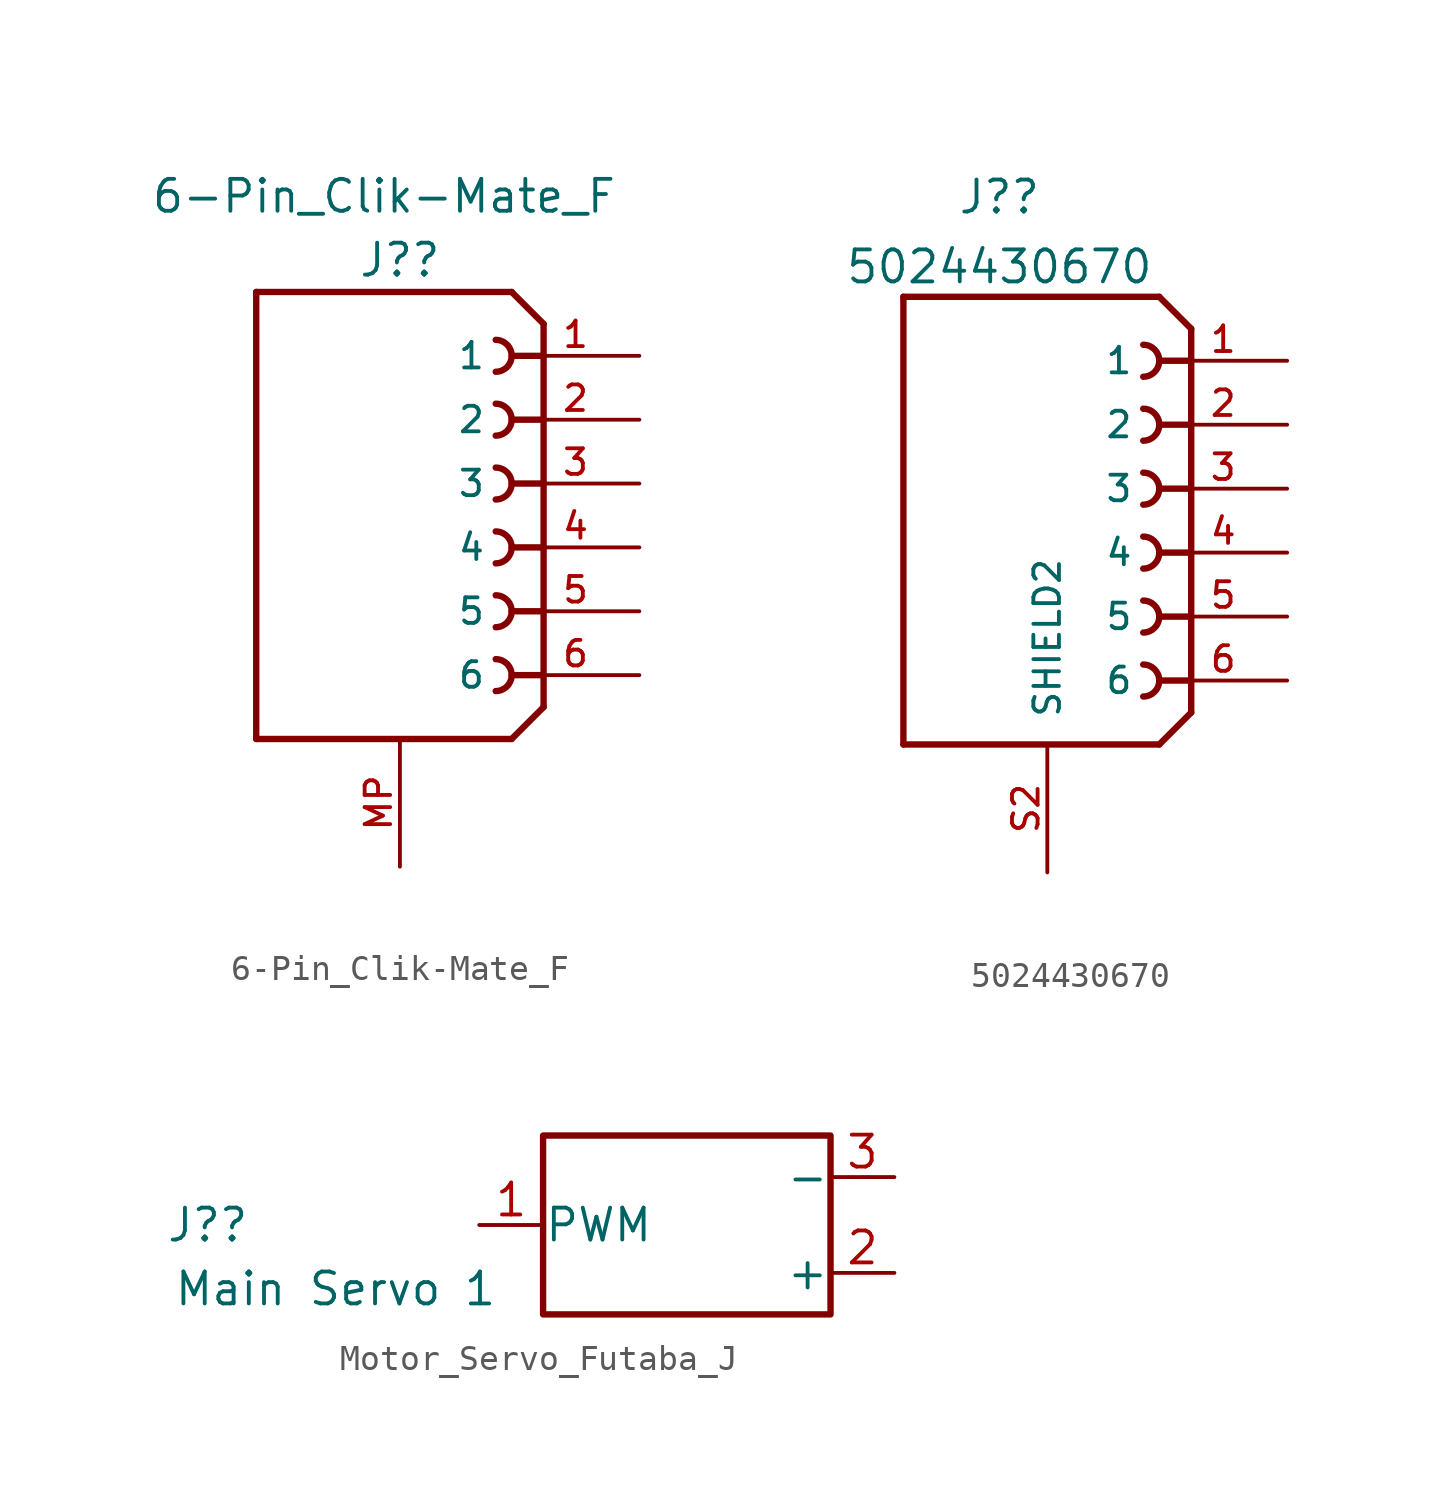
<source format=kicad_sym>
(kicad_symbol_lib
  (version 20211014)
  (generator kicad_symbol_editor)
  (symbol "6-Pin_Clik-Mate_F"
    (pin_names
      (offset 1.016))
    (property "Reference" "J?"
      (at 0 13.97 0)
      (effects (font (size 1.27 1.27))))
    (property "Value" "6-Pin_Clik-Mate_F"
      (at -0.635 16.51 0)
      (effects (font (size 1.27 1.27))))
    (property "ki_locked" ""
      (at 0 0 0)
      (effects (font (size 1.27 1.27))))
    (symbol "6-Pin_Clik-Mate_F_0_0"
      (polyline (pts (xy -5.715 -5.08) (xy 4.445 -5.08)) (stroke (width 0.254) (type default) (color 0 0 0 0)) (fill (type none)))
      (polyline (pts (xy -5.715 12.7) (xy -5.715 -5.08)) (stroke (width 0.254) (type default) (color 0 0 0 0)) (fill (type none)))
      (polyline (pts (xy 4.445 12.7) (xy -5.715 12.7)) (stroke (width 0.254) (type default) (color 0 0 0 0)) (fill (type none)))
      (polyline (pts (xy 5.715 -3.81) (xy 4.445 -5.08)) (stroke (width 0.254) (type default) (color 0 0 0 0)) (fill (type none)))
      (polyline (pts (xy 5.715 -3.81) (xy 5.715 -2.54)) (stroke (width 0.254) (type default) (color 0 0 0 0)) (fill (type none)))
      (polyline (pts (xy 5.715 -2.54) (xy 4.445 -2.54)) (stroke (width 0.254) (type default) (color 0 0 0 0)) (fill (type none)))
      (polyline (pts (xy 5.715 -2.54) (xy 5.715 11.43)) (stroke (width 0.254) (type default) (color 0 0 0 0)) (fill (type none)))
      (polyline (pts (xy 5.715 0) (xy 4.445 0)) (stroke (width 0.254) (type default) (color 0 0 0 0)) (fill (type none)))
      (polyline (pts (xy 5.715 2.54) (xy 4.445 2.54)) (stroke (width 0.254) (type default) (color 0 0 0 0)) (fill (type none)))
      (polyline (pts (xy 5.715 5.08) (xy 4.445 5.08)) (stroke (width 0.254) (type default) (color 0 0 0 0)) (fill (type none)))
      (polyline (pts (xy 5.715 7.62) (xy 4.445 7.62)) (stroke (width 0.254) (type default) (color 0 0 0 0)) (fill (type none)))
      (polyline (pts (xy 5.715 10.16) (xy 4.445 10.16)) (stroke (width 0.254) (type default) (color 0 0 0 0)) (fill (type none)))
      (polyline (pts (xy 5.715 11.43) (xy 4.445 12.7)) (stroke (width 0.254) (type default) (color 0 0 0 0)) (fill (type none)))
      (arc (start 3.81 -3.175) (mid 4.445 -2.54) (end 3.81 -1.905) (stroke (width 0.254) (type default) (color 0 0 0 0)) (fill (type none)))
      (arc (start 3.81 -0.635) (mid 4.445 0) (end 3.81 0.635) (stroke (width 0.254) (type default) (color 0 0 0 0)) (fill (type none)))
      (arc (start 3.81 1.905) (mid 4.445 2.54) (end 3.81 3.175) (stroke (width 0.254) (type default) (color 0 0 0 0)) (fill (type none)))
      (arc (start 3.81 4.445) (mid 4.445 5.08) (end 3.81 5.715) (stroke (width 0.254) (type default) (color 0 0 0 0)) (fill (type none)))
      (arc (start 3.81 6.985) (mid 4.445 7.62) (end 3.81 8.255) (stroke (width 0.254) (type default) (color 0 0 0 0)) (fill (type none)))
      (arc (start 3.81 9.525) (mid 4.445 10.16) (end 3.81 10.795) (stroke (width 0.254) (type default) (color 0 0 0 0)) (fill (type none)))
      (pin passive line (at 9.525 10.16 180) (length 5.08) (name "1" (effects (font (size 1.016 1.016)))) (number "1" (effects (font (size 1.016 1.016)))))
      (pin passive line (at 9.525 7.62 180) (length 5.08) (name "2" (effects (font (size 1.016 1.016)))) (number "2" (effects (font (size 1.016 1.016)))))
      (pin passive line (at 9.525 5.08 180) (length 5.08) (name "3" (effects (font (size 1.016 1.016)))) (number "3" (effects (font (size 1.016 1.016)))))
      (pin passive line (at 9.525 2.54 180) (length 5.08) (name "4" (effects (font (size 1.016 1.016)))) (number "4" (effects (font (size 1.016 1.016)))))
      (pin passive line (at 9.525 0 180) (length 5.08) (name "5" (effects (font (size 1.016 1.016)))) (number "5" (effects (font (size 1.016 1.016)))))
      (pin passive line (at 9.525 -2.54 180) (length 5.08) (name "6" (effects (font (size 1.016 1.016)))) (number "6" (effects (font (size 1.016 1.016)))))
      (pin passive line (at 0 -10.16 90) (length 5.08) (name "" (effects (font (size 1.016 1.016)))) (number "MP" (effects (font (size 1.016 1.016)))))))
  (symbol "5024430670"
    (pin_names
      (offset 1.016))
    (property "Reference" "J?"
      (at -1.905 16.666 0)
      (effects (font (size 1.27 1.27))))
    (property "Value" "5024430670"
      (at -1.905 13.891 0)
      (effects (font (size 1.27 1.27))))
    (property "ki_locked" ""
      (at 0 0 0)
      (effects (font (size 1.27 1.27))))
    (symbol "5024430670_0_0"
      (polyline (pts (xy -5.715 -5.08) (xy -5.715 12.7)) (stroke (width 0.254) (type default) (color 0 0 0 0)) (fill (type none)))
      (polyline (pts (xy -5.715 12.7) (xy 4.445 12.7)) (stroke (width 0.254) (type default) (color 0 0 0 0)) (fill (type none)))
      (polyline (pts (xy 4.445 -5.08) (xy -5.715 -5.08)) (stroke (width 0.254) (type default) (color 0 0 0 0)) (fill (type none)))
      (polyline (pts (xy 5.715 -3.81) (xy 4.445 -5.08)) (stroke (width 0.254) (type default) (color 0 0 0 0)) (fill (type none)))
      (polyline (pts (xy 5.715 -2.54) (xy 4.445 -2.54)) (stroke (width 0.254) (type default) (color 0 0 0 0)) (fill (type none)))
      (polyline (pts (xy 5.715 0) (xy 4.445 0)) (stroke (width 0.254) (type default) (color 0 0 0 0)) (fill (type none)))
      (polyline (pts (xy 5.715 2.54) (xy 4.445 2.54)) (stroke (width 0.254) (type default) (color 0 0 0 0)) (fill (type none)))
      (polyline (pts (xy 5.715 5.08) (xy 4.445 5.08)) (stroke (width 0.254) (type default) (color 0 0 0 0)) (fill (type none)))
      (polyline (pts (xy 5.715 7.62) (xy 4.445 7.62)) (stroke (width 0.254) (type default) (color 0 0 0 0)) (fill (type none)))
      (polyline (pts (xy 5.715 10.16) (xy 4.445 10.16)) (stroke (width 0.254) (type default) (color 0 0 0 0)) (fill (type none)))
      (polyline (pts (xy 5.715 10.16) (xy 5.715 -3.81)) (stroke (width 0.254) (type default) (color 0 0 0 0)) (fill (type none)))
      (polyline (pts (xy 5.715 11.43) (xy 4.445 12.7)) (stroke (width 0.254) (type default) (color 0 0 0 0)) (fill (type none)))
      (polyline (pts (xy 5.715 11.43) (xy 5.715 10.16)) (stroke (width 0.254) (type default) (color 0 0 0 0)) (fill (type none)))
      (arc (start 3.81 -3.175) (mid 4.445 -2.54) (end 3.81 -1.905) (stroke (width 0.254) (type default) (color 0 0 0 0)) (fill (type none)))
      (arc (start 3.81 -0.635) (mid 4.445 0) (end 3.81 0.635) (stroke (width 0.254) (type default) (color 0 0 0 0)) (fill (type none)))
      (arc (start 3.81 1.905) (mid 4.445 2.54) (end 3.81 3.175) (stroke (width 0.254) (type default) (color 0 0 0 0)) (fill (type none)))
      (arc (start 3.81 4.445) (mid 4.445 5.08) (end 3.81 5.715) (stroke (width 0.254) (type default) (color 0 0 0 0)) (fill (type none)))
      (arc (start 3.81 6.985) (mid 4.445 7.62) (end 3.81 8.255) (stroke (width 0.254) (type default) (color 0 0 0 0)) (fill (type none)))
      (arc (start 3.81 9.525) (mid 4.445 10.16) (end 3.81 10.795) (stroke (width 0.254) (type default) (color 0 0 0 0)) (fill (type none)))
      (pin passive line (at 9.525 10.16 180) (length 5.08) (name "1" (effects (font (size 1.016 1.016)))) (number "1" (effects (font (size 1.016 1.016)))))
      (pin passive line (at 9.525 7.62 180) (length 5.08) (name "2" (effects (font (size 1.016 1.016)))) (number "2" (effects (font (size 1.016 1.016)))))
      (pin passive line (at 9.525 5.08 180) (length 5.08) (name "3" (effects (font (size 1.016 1.016)))) (number "3" (effects (font (size 1.016 1.016)))))
      (pin passive line (at 9.525 2.54 180) (length 5.08) (name "4" (effects (font (size 1.016 1.016)))) (number "4" (effects (font (size 1.016 1.016)))))
      (pin passive line (at 9.525 0 180) (length 5.08) (name "5" (effects (font (size 1.016 1.016)))) (number "5" (effects (font (size 1.016 1.016)))))
      (pin passive line (at 9.525 -2.54 180) (length 5.08) (name "6" (effects (font (size 1.016 1.016)))) (number "6" (effects (font (size 1.016 1.016)))))
      (pin passive line (at 0 -10.16 90) (length 5.08) (name "SHIELD2" (effects (font (size 1.016 1.016)))) (number "S2" (effects (font (size 1.016 1.016)))))))
  (symbol "Motor_Servo_Futaba_J"
    (pin_names
      (offset 0.025))
    (property "Reference" "J?"
      (at -18.415 0 0)
      (effects (font (size 1.27 1.27))))
    (property "Value" "Main Servo 1"
      (at -13.335 -2.54 0)
      (effects (font (size 1.27 1.27))))
    (symbol "Motor_Servo_Futaba_J_0_1"
      (polyline (pts (xy 6.35 3.556) (xy -5.08 3.556) (xy -5.08 -3.556) (xy 6.35 -3.556) (xy 6.35 3.556)) (stroke (width 0.254) (type default) (color 0 0 0 0)) (fill (type none))))
    (symbol "Motor_Servo_Futaba_J_1_1"
      (pin passive line (at -7.62 0 0) (length 2.54) (name "PWM" (effects (font (size 1.27 1.27)))) (number "1" (effects (font (size 1.27 1.27)))))
      (pin passive line (at 8.89 -1.905 180) (length 2.54) (name "+" (effects (font (size 1.27 1.27)))) (number "2" (effects (font (size 1.27 1.27)))))
      (pin passive line (at 8.89 1.905 180) (length 2.54) (name "-" (effects (font (size 1.27 1.27)))) (number "3" (effects (font (size 1.27 1.27))))))))
</source>
